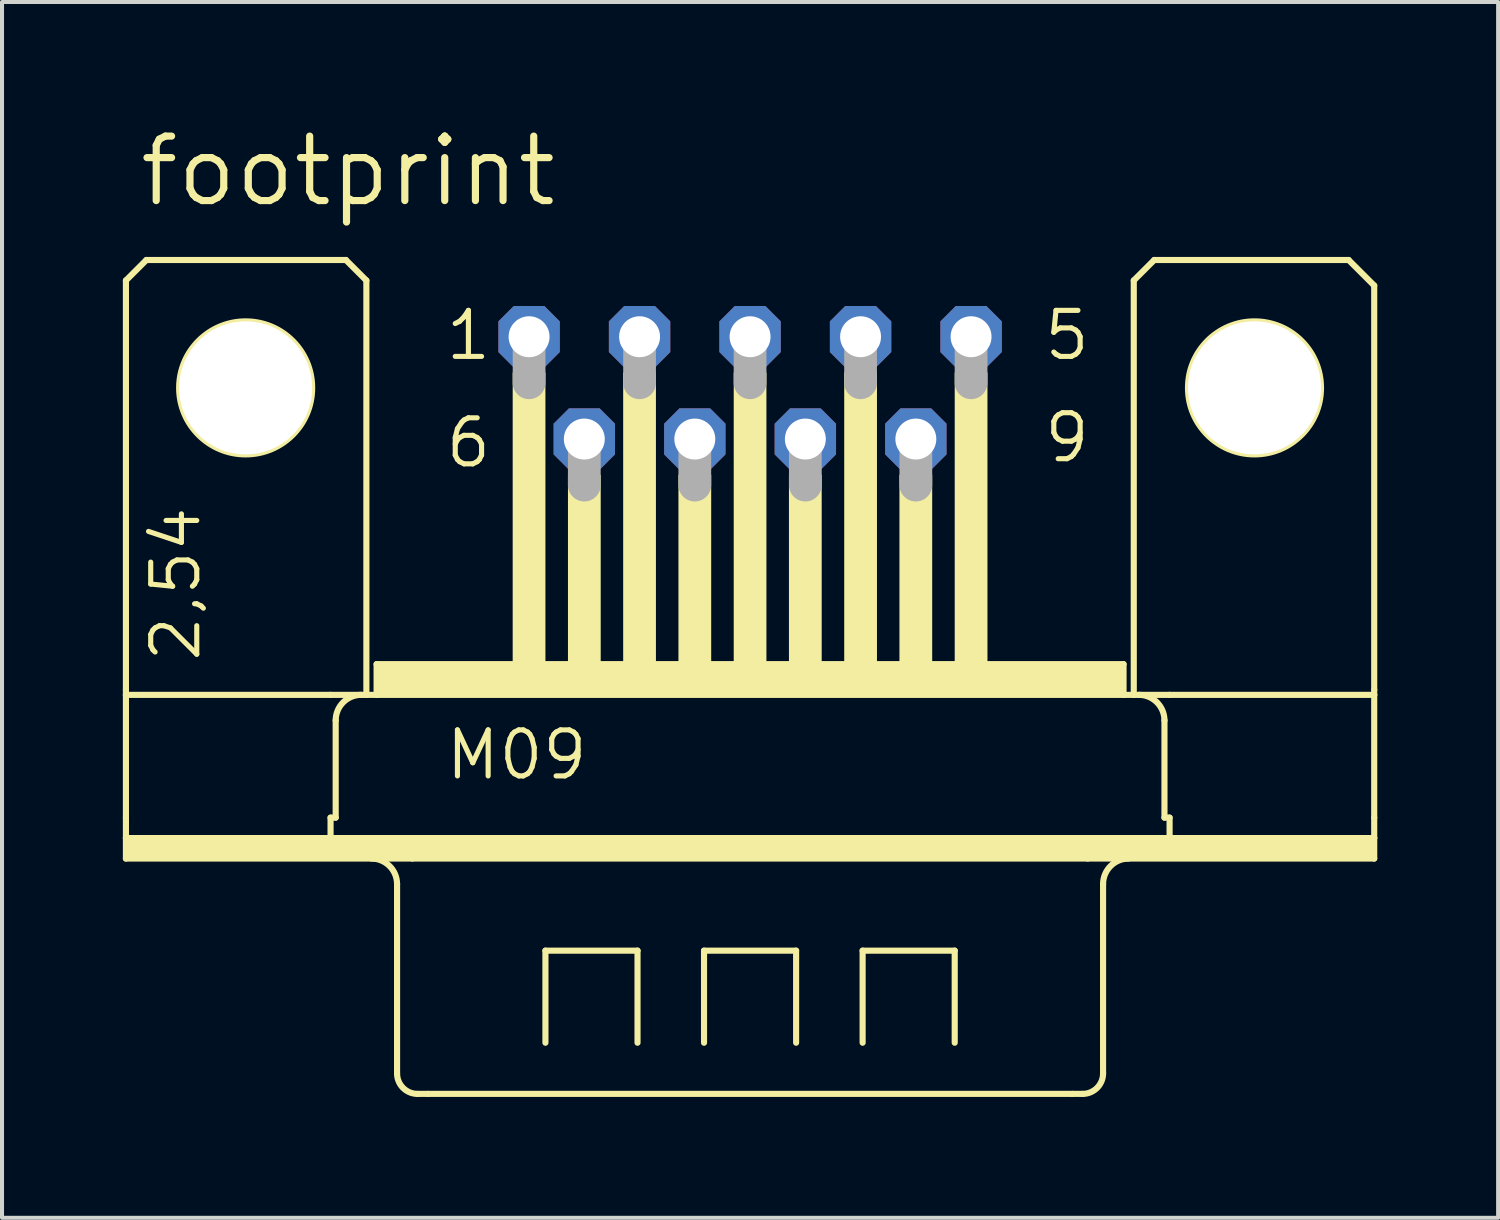
<source format=kicad_pcb>
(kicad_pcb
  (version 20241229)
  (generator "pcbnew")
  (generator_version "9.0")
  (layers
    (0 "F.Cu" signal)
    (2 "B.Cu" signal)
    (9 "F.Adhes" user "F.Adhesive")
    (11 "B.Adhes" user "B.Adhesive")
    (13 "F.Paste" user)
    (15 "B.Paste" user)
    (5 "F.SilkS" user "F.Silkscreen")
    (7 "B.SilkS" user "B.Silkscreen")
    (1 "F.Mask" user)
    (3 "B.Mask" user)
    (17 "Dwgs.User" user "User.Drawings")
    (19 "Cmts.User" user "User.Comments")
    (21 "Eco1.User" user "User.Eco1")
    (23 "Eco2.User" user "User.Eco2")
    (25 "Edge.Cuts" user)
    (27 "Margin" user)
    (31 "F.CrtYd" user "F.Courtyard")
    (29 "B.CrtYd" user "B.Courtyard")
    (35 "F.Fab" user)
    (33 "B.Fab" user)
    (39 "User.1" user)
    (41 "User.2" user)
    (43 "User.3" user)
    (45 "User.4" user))
  (footprint "footprint"
    (layer "F.Cu")
    (at 15.57 6.579)
    (property "Reference" "footprint" (at -15.24 -4.445 0) (layer "F.SilkS") (effects (font (size 1.6 1.6) (thickness 0.178)) (justify left bottom)))
    (fp_line (start -15.494 -2.667) (end -15.494 7.493) (stroke (width 0.152) (type solid)) (layer "F.SilkS"))
    (fp_line (start -15.494 7.62) (end -15.494 7.493) (stroke (width 0.152) (type solid)) (layer "F.SilkS"))
    (fp_line (start -15.494 10.668) (end -15.494 7.62) (stroke (width 0.152) (type solid)) (layer "F.SilkS"))
    (fp_line (start -15.494 11.176) (end -15.494 10.668) (stroke (width 0.152) (type solid)) (layer "F.SilkS"))
    (fp_line (start -15.494 11.684) (end -15.494 11.176) (stroke (width 0.152) (type solid)) (layer "F.SilkS"))
    (fp_line (start -14.986 -3.175) (end -15.494 -2.667) (stroke (width 0.152) (type solid)) (layer "F.SilkS"))
    (fp_line (start -12.954 11.176) (end -15.494 11.176) (stroke (width 0.152) (type solid)) (layer "F.SilkS"))
    (fp_line (start -10.414 7.62) (end -15.494 7.62) (stroke (width 0.152) (type solid)) (layer "F.SilkS"))
    (fp_line (start -10.414 10.668) (end -10.414 11.176) (stroke (width 0.152) (type solid)) (layer "F.SilkS"))
    (fp_line (start -10.414 11.176) (end -12.954 11.176) (stroke (width 0.152) (type solid)) (layer "F.SilkS"))
    (fp_line (start -10.287 8.255) (end -10.287 10.668) (stroke (width 0.152) (type solid)) (layer "F.SilkS"))
    (fp_line (start -10.287 10.668) (end -10.414 10.668) (stroke (width 0.152) (type solid)) (layer "F.SilkS"))
    (fp_line (start -10.033 -3.175) (end -14.986 -3.175) (stroke (width 0.152) (type solid)) (layer "F.SilkS"))
    (fp_line (start -9.525 -2.667) (end -10.033 -3.175) (stroke (width 0.152) (type solid)) (layer "F.SilkS"))
    (fp_line (start -9.525 -2.667) (end -9.525 7.62) (stroke (width 0.152) (type solid)) (layer "F.SilkS"))
    (fp_line (start -9.525 7.62) (end -10.414 7.62) (stroke (width 0.152) (type solid)) (layer "F.SilkS"))
    (fp_line (start -9.271 7.62) (end -9.525 7.62) (stroke (width 0.152) (type solid)) (layer "F.SilkS"))
    (fp_line (start -9.271 7.62) (end -9.271 6.858) (stroke (width 0.152) (type solid)) (layer "F.SilkS"))
    (fp_line (start -8.763 12.319) (end -8.763 17.018) (stroke (width 0.152) (type solid)) (layer "F.SilkS"))
    (fp_line (start -8.382 11.684) (end -15.494 11.684) (stroke (width 0.152) (type solid)) (layer "F.SilkS"))
    (fp_line (start -8.001 17.526) (end -8.255 17.526) (stroke (width 0.152) (type solid)) (layer "F.SilkS"))
    (fp_line (start -5.08 13.97) (end -2.794 13.97) (stroke (width 0.152) (type solid)) (layer "F.SilkS"))
    (fp_line (start -5.08 16.256) (end -5.08 13.97) (stroke (width 0.152) (type solid)) (layer "F.SilkS"))
    (fp_line (start -2.794 13.97) (end -2.794 16.256) (stroke (width 0.152) (type solid)) (layer "F.SilkS"))
    (fp_line (start -1.143 13.97) (end 1.143 13.97) (stroke (width 0.152) (type solid)) (layer "F.SilkS"))
    (fp_line (start -1.143 16.256) (end -1.143 13.97) (stroke (width 0.152) (type solid)) (layer "F.SilkS"))
    (fp_line (start 1.143 13.97) (end 1.143 16.256) (stroke (width 0.152) (type solid)) (layer "F.SilkS"))
    (fp_line (start 2.794 13.97) (end 5.08 13.97) (stroke (width 0.152) (type solid)) (layer "F.SilkS"))
    (fp_line (start 2.794 16.256) (end 2.794 13.97) (stroke (width 0.152) (type solid)) (layer "F.SilkS"))
    (fp_line (start 5.08 13.97) (end 5.08 16.256) (stroke (width 0.152) (type solid)) (layer "F.SilkS"))
    (fp_line (start 8.001 17.526) (end -8.001 17.526) (stroke (width 0.152) (type solid)) (layer "F.SilkS"))
    (fp_line (start 8.255 17.526) (end 8.001 17.526) (stroke (width 0.152) (type solid)) (layer "F.SilkS"))
    (fp_line (start 8.382 11.684) (end -8.382 11.684) (stroke (width 0.152) (type solid)) (layer "F.SilkS"))
    (fp_line (start 8.763 12.319) (end 8.763 17.018) (stroke (width 0.152) (type solid)) (layer "F.SilkS"))
    (fp_line (start 9.271 6.858) (end -9.271 6.858) (stroke (width 0.152) (type solid)) (layer "F.SilkS"))
    (fp_line (start 9.271 7.62) (end -9.271 7.62) (stroke (width 0.152) (type solid)) (layer "F.SilkS"))
    (fp_line (start 9.271 7.62) (end 9.271 6.858) (stroke (width 0.152) (type solid)) (layer "F.SilkS"))
    (fp_line (start 9.525 -2.667) (end 9.525 7.62) (stroke (width 0.152) (type solid)) (layer "F.SilkS"))
    (fp_line (start 9.525 7.62) (end 9.271 7.62) (stroke (width 0.152) (type solid)) (layer "F.SilkS"))
    (fp_line (start 10.033 -3.175) (end 9.525 -2.667) (stroke (width 0.152) (type solid)) (layer "F.SilkS"))
    (fp_line (start 10.033 -3.175) (end 14.859 -3.175) (stroke (width 0.152) (type solid)) (layer "F.SilkS"))
    (fp_line (start 10.287 8.255) (end 10.287 10.668) (stroke (width 0.152) (type solid)) (layer "F.SilkS"))
    (fp_line (start 10.414 7.62) (end 9.525 7.62) (stroke (width 0.152) (type solid)) (layer "F.SilkS"))
    (fp_line (start 10.414 10.668) (end 10.287 10.668) (stroke (width 0.152) (type solid)) (layer "F.SilkS"))
    (fp_line (start 10.414 10.668) (end 10.414 11.176) (stroke (width 0.152) (type solid)) (layer "F.SilkS"))
    (fp_line (start 10.414 11.176) (end -10.414 11.176) (stroke (width 0.152) (type solid)) (layer "F.SilkS"))
    (fp_line (start 12.954 11.176) (end 10.414 11.176) (stroke (width 0.152) (type solid)) (layer "F.SilkS"))
    (fp_line (start 14.859 -3.175) (end 15.494 -2.54) (stroke (width 0.152) (type solid)) (layer "F.SilkS"))
    (fp_line (start 15.494 -2.54) (end 15.494 7.493) (stroke (width 0.152) (type solid)) (layer "F.SilkS"))
    (fp_line (start 15.494 7.62) (end 10.414 7.62) (stroke (width 0.152) (type solid)) (layer "F.SilkS"))
    (fp_line (start 15.494 7.62) (end 15.494 7.493) (stroke (width 0.152) (type solid)) (layer "F.SilkS"))
    (fp_line (start 15.494 7.62) (end 15.494 10.668) (stroke (width 0.152) (type solid)) (layer "F.SilkS"))
    (fp_line (start 15.494 10.668) (end 15.494 11.176) (stroke (width 0.152) (type solid)) (layer "F.SilkS"))
    (fp_line (start 15.494 11.176) (end 12.954 11.176) (stroke (width 0.152) (type solid)) (layer "F.SilkS"))
    (fp_line (start 15.494 11.176) (end 15.494 11.684) (stroke (width 0.152) (type solid)) (layer "F.SilkS"))
    (fp_line (start 15.494 11.684) (end 8.382 11.684) (stroke (width 0.152) (type solid)) (layer "F.SilkS"))
    (fp_arc (start -10.287 8.255) (mid -10.101013 7.805987) (end -9.652 7.62) (stroke (width 0.1524) (type solid)) (layer "F.SilkS"))
    (fp_arc (start -9.398 11.684) (mid -8.948987 11.869987) (end -8.763 12.319) (stroke (width 0.1524) (type solid)) (layer "F.SilkS"))
    (fp_arc (start -8.255 17.526) (mid -8.61421 17.37721) (end -8.763 17.018) (stroke (width 0.1524) (type solid)) (layer "F.SilkS"))
    (fp_arc (start 8.763 12.319) (mid 8.948987 11.869987) (end 9.398 11.684) (stroke (width 0.1524) (type solid)) (layer "F.SilkS"))
    (fp_arc (start 8.763 17.018) (mid 8.61421 17.37721) (end 8.255 17.526) (stroke (width 0.1524) (type solid)) (layer "F.SilkS"))
    (fp_arc (start 9.652 7.62) (mid 10.101013 7.805987) (end 10.287 8.255) (stroke (width 0.1524) (type solid)) (layer "F.SilkS"))
    (fp_circle (center -12.522 0) (end -10.871 0) (stroke (width 0.152) (type solid)) (fill no) (layer "F.SilkS"))
    (fp_circle (center 12.522 0) (end 14.173 0) (stroke (width 0.152) (type solid)) (fill no) (layer "F.SilkS"))
    (fp_poly (pts (xy -15.494 11.684) (xy 15.494 11.684) (xy 15.494 11.176) (xy -15.494 11.176)) (stroke (width 0) (type solid)) (fill yes) (layer "F.SilkS"))
    (fp_poly (pts (xy -9.271 7.62) (xy 9.271 7.62) (xy 9.271 6.858) (xy -9.271 6.858)) (stroke (width 0) (type solid)) (fill yes) (layer "F.SilkS"))
    (fp_poly (pts (xy -5.893 6.858) (xy -5.08 6.858) (xy -5.08 -0.381) (xy -5.893 -0.381)) (stroke (width 0) (type solid)) (fill yes) (layer "F.SilkS"))
    (fp_poly (pts (xy -4.521 6.858) (xy -3.708 6.858) (xy -3.708 2.159) (xy -4.521 2.159)) (stroke (width 0) (type solid)) (fill yes) (layer "F.SilkS"))
    (fp_poly (pts (xy -3.15 6.858) (xy -2.337 6.858) (xy -2.337 -0.381) (xy -3.15 -0.381)) (stroke (width 0) (type solid)) (fill yes) (layer "F.SilkS"))
    (fp_poly (pts (xy -1.778 6.858) (xy -0.965 6.858) (xy -0.965 2.159) (xy -1.778 2.159)) (stroke (width 0) (type solid)) (fill yes) (layer "F.SilkS"))
    (fp_poly (pts (xy -0.406 6.858) (xy 0.406 6.858) (xy 0.406 -0.381) (xy -0.406 -0.381)) (stroke (width 0) (type solid)) (fill yes) (layer "F.SilkS"))
    (fp_poly (pts (xy 0.965 6.858) (xy 1.778 6.858) (xy 1.778 2.159) (xy 0.965 2.159)) (stroke (width 0) (type solid)) (fill yes) (layer "F.SilkS"))
    (fp_poly (pts (xy 2.337 6.858) (xy 3.15 6.858) (xy 3.15 -0.381) (xy 2.337 -0.381)) (stroke (width 0) (type solid)) (fill yes) (layer "F.SilkS"))
    (fp_poly (pts (xy 3.708 6.858) (xy 4.521 6.858) (xy 4.521 2.159) (xy 3.708 2.159)) (stroke (width 0) (type solid)) (fill yes) (layer "F.SilkS"))
    (fp_poly (pts (xy 5.08 6.858) (xy 5.893 6.858) (xy 5.893 -0.381) (xy 5.08 -0.381)) (stroke (width 0) (type solid)) (fill yes) (layer "F.SilkS"))
    (fp_line (start -5.486 -1.143) (end -5.486 -0.127) (stroke (width 0.813) (type solid)) (layer "F.Fab"))
    (fp_line (start -4.115 1.397) (end -4.115 2.413) (stroke (width 0.813) (type solid)) (layer "F.Fab"))
    (fp_line (start -2.743 -1.143) (end -2.743 -0.127) (stroke (width 0.813) (type solid)) (layer "F.Fab"))
    (fp_line (start -1.372 1.397) (end -1.372 2.413) (stroke (width 0.813) (type solid)) (layer "F.Fab"))
    (fp_line (start 0 -1.143) (end 0 -0.127) (stroke (width 0.813) (type solid)) (layer "F.Fab"))
    (fp_line (start 1.372 1.397) (end 1.372 2.413) (stroke (width 0.813) (type solid)) (layer "F.Fab"))
    (fp_line (start 2.743 -1.143) (end 2.743 -0.127) (stroke (width 0.813) (type solid)) (layer "F.Fab"))
    (fp_line (start 4.115 1.397) (end 4.115 2.413) (stroke (width 0.813) (type solid)) (layer "F.Fab"))
    (fp_line (start 5.486 -1.143) (end 5.486 -0.127) (stroke (width 0.813) (type solid)) (layer "F.Fab"))
    (fp_text user "6" (at -7.62 2.032 0) (layer "F.SilkS") (effects (font (size 1.143 1.143) (thickness 0.127)) (justify left bottom)))
    (fp_text user "1" (at -7.62 -0.635 0) (layer "F.SilkS") (effects (font (size 1.143 1.143) (thickness 0.127)) (justify left bottom)))
    (fp_text user "9" (at 7.239 1.905 0) (layer "F.SilkS") (effects (font (size 1.143 1.143) (thickness 0.127)) (justify left bottom)))
    (fp_text user "M09" (at -7.62 9.779 0) (layer "F.SilkS") (effects (font (size 1.143 1.143) (thickness 0.127)) (justify left bottom)))
    (fp_text user "2,54" (at -13.589 6.858 90) (layer "F.SilkS") (effects (font (size 1.143 1.143) (thickness 0.127)) (justify left bottom)))
    (fp_text user "5" (at 7.239 -0.635 0) (layer "F.SilkS") (effects (font (size 1.143 1.143) (thickness 0.127)) (justify left bottom)))
    (pad "" np_thru_hole circle (at -12.522 0) (size 3.302 3.302) (drill 3.302) (layers "*.Cu" "*.Mask"))
    (pad "" np_thru_hole circle (at 12.522 0) (size 3.302 3.302) (drill 3.302) (layers "*.Cu" "*.Mask"))
    (pad "1" thru_hole roundrect (at -5.486 -1.27) (size 1.524 1.524) (drill 1.016) (layers "*.Cu" "*.Mask") (roundrect_rratio 0.25) (chamfer_ratio 0.25) (chamfer top_left top_right bottom_left bottom_right))
    (pad "2" thru_hole roundrect (at -2.743 -1.27) (size 1.524 1.524) (drill 1.016) (layers "*.Cu" "*.Mask") (roundrect_rratio 0.25) (chamfer_ratio 0.25) (chamfer top_left top_right bottom_left bottom_right))
    (pad "3" thru_hole roundrect (at 0 -1.27) (size 1.524 1.524) (drill 1.016) (layers "*.Cu" "*.Mask") (roundrect_rratio 0.25) (chamfer_ratio 0.25) (chamfer top_left top_right bottom_left bottom_right))
    (pad "4" thru_hole roundrect (at 2.743 -1.27) (size 1.524 1.524) (drill 1.016) (layers "*.Cu" "*.Mask") (roundrect_rratio 0.25) (chamfer_ratio 0.25) (chamfer top_left top_right bottom_left bottom_right))
    (pad "5" thru_hole roundrect (at 5.486 -1.27) (size 1.524 1.524) (drill 1.016) (layers "*.Cu" "*.Mask") (roundrect_rratio 0.25) (chamfer_ratio 0.25) (chamfer top_left top_right bottom_left bottom_right))
    (pad "6" thru_hole roundrect (at -4.115 1.27) (size 1.524 1.524) (drill 1.016) (layers "*.Cu" "*.Mask") (roundrect_rratio 0.25) (chamfer_ratio 0.25) (chamfer top_left top_right bottom_left bottom_right))
    (pad "7" thru_hole roundrect (at -1.372 1.27) (size 1.524 1.524) (drill 1.016) (layers "*.Cu" "*.Mask") (roundrect_rratio 0.25) (chamfer_ratio 0.25) (chamfer top_left top_right bottom_left bottom_right))
    (pad "8" thru_hole roundrect (at 1.372 1.27) (size 1.524 1.524) (drill 1.016) (layers "*.Cu" "*.Mask") (roundrect_rratio 0.25) (chamfer_ratio 0.25) (chamfer top_left top_right bottom_left bottom_right))
    (pad "9" thru_hole roundrect (at 4.115 1.27) (size 1.524 1.524) (drill 1.016) (layers "*.Cu" "*.Mask") (roundrect_rratio 0.25) (chamfer_ratio 0.25) (chamfer top_left top_right bottom_left bottom_right))
    (zone (net_name "") (layers "F.Cu" "B.Cu") (hatch edge 0.508) (connect_pads) (min_thickness 0.254) (filled_areas_thickness no) (keepout (tracks allowed) (vias not_allowed) (pads allowed) (copperpour allowed) (footprints allowed)) (placement (enabled no)) (fill) (polygon (pts (xy 5.715 6.579) (xy 5.674 6.115) (xy 5.554 5.666) (xy 5.358 5.245) (xy 5.091 4.864) (xy 4.762 4.536) (xy 4.381 4.269) (xy 3.96 4.072) (xy 3.511 3.952) (xy 3.048 3.912) (xy 2.585 3.952) (xy 2.136 4.072) (xy 1.714 4.269) (xy 1.334 4.536) (xy 1.005 4.864) (xy 0.738 5.245) (xy 0.542 5.666) (xy 0.422 6.115) (xy 0.381 6.579) (xy 0.422 7.042) (xy 0.542 7.491) (xy 0.738 7.912) (xy 1.005 8.293) (xy 1.334 8.622) (xy 1.714 8.888) (xy 2.136 9.085) (xy 2.585 9.205) (xy 3.048 9.246) (xy 3.511 9.205) (xy 3.96 9.085) (xy 4.381 8.888) (xy 4.762 8.622) (xy 5.091 8.293) (xy 5.358 7.912) (xy 5.554 7.491) (xy 5.674 7.042))))
    (zone (net_name "") (layers "F.Cu" "B.Cu") (hatch edge 0.508) (connect_pads) (min_thickness 0.254) (filled_areas_thickness no) (keepout (tracks allowed) (vias not_allowed) (pads allowed) (copperpour allowed) (footprints allowed)) (placement (enabled no)) (fill) (polygon (pts (xy 30.759 6.579) (xy 30.719 6.115) (xy 30.599 5.666) (xy 30.402 5.245) (xy 30.135 4.864) (xy 29.807 4.536) (xy 29.426 4.269) (xy 29.005 4.072) (xy 28.556 3.952) (xy 28.092 3.912) (xy 27.629 3.952) (xy 27.18 4.072) (xy 26.759 4.269) (xy 26.378 4.536) (xy 26.049 4.864) (xy 25.783 5.245) (xy 25.586 5.666) (xy 25.466 6.115) (xy 25.425 6.579) (xy 25.466 7.042) (xy 25.586 7.491) (xy 25.783 7.912) (xy 26.049 8.293) (xy 26.378 8.622) (xy 26.759 8.888) (xy 27.18 9.085) (xy 27.629 9.205) (xy 28.092 9.246) (xy 28.556 9.205) (xy 29.005 9.085) (xy 29.426 8.888) (xy 29.807 8.622) (xy 30.135 8.293) (xy 30.402 7.912) (xy 30.599 7.491) (xy 30.719 7.042))))
    (zone (net_name "") (layer "B.Cu") (hatch edge 0.508) (connect_pads) (min_thickness 0.254) (filled_areas_thickness no) (keepout (tracks not_allowed) (vias not_allowed) (pads not_allowed) (copperpour not_allowed) (footprints allowed)) (placement (enabled no)) (fill) (polygon (pts (xy 5.715 6.579) (xy 5.674 6.115) (xy 5.554 5.666) (xy 5.358 5.245) (xy 5.091 4.864) (xy 4.762 4.536) (xy 4.381 4.269) (xy 3.96 4.072) (xy 3.511 3.952) (xy 3.048 3.912) (xy 2.585 3.952) (xy 2.136 4.072) (xy 1.714 4.269) (xy 1.334 4.536) (xy 1.005 4.864) (xy 0.738 5.245) (xy 0.542 5.666) (xy 0.422 6.115) (xy 0.381 6.579) (xy 0.422 7.042) (xy 0.542 7.491) (xy 0.738 7.912) (xy 1.005 8.293) (xy 1.334 8.622) (xy 1.714 8.888) (xy 2.136 9.085) (xy 2.585 9.205) (xy 3.048 9.246) (xy 3.511 9.205) (xy 3.96 9.085) (xy 4.381 8.888) (xy 4.762 8.622) (xy 5.091 8.293) (xy 5.358 7.912) (xy 5.554 7.491) (xy 5.674 7.042))))
    (zone (net_name "") (layer "B.Cu") (hatch edge 0.508) (connect_pads) (min_thickness 0.254) (filled_areas_thickness no) (keepout (tracks not_allowed) (vias not_allowed) (pads not_allowed) (copperpour not_allowed) (footprints allowed)) (placement (enabled no)) (fill) (polygon (pts (xy 30.759 6.579) (xy 30.719 6.115) (xy 30.599 5.666) (xy 30.402 5.245) (xy 30.135 4.864) (xy 29.807 4.536) (xy 29.426 4.269) (xy 29.005 4.072) (xy 28.556 3.952) (xy 28.092 3.912) (xy 27.629 3.952) (xy 27.18 4.072) (xy 26.759 4.269) (xy 26.378 4.536) (xy 26.049 4.864) (xy 25.783 5.245) (xy 25.586 5.666) (xy 25.466 6.115) (xy 25.425 6.579) (xy 25.466 7.042) (xy 25.586 7.491) (xy 25.783 7.912) (xy 26.049 8.293) (xy 26.378 8.622) (xy 26.759 8.888) (xy 27.18 9.085) (xy 27.629 9.205) (xy 28.092 9.246) (xy 28.556 9.205) (xy 29.005 9.085) (xy 29.426 8.888) (xy 29.807 8.622) (xy 30.135 8.293) (xy 30.402 7.912) (xy 30.599 7.491) (xy 30.719 7.042)))))
  (gr_rect
    (start -3 -3)
    (end 34.14 27.181)
    (stroke (width 0.1) (type default))
    (fill no)
    (layer "Edge.Cuts")))
</source>
